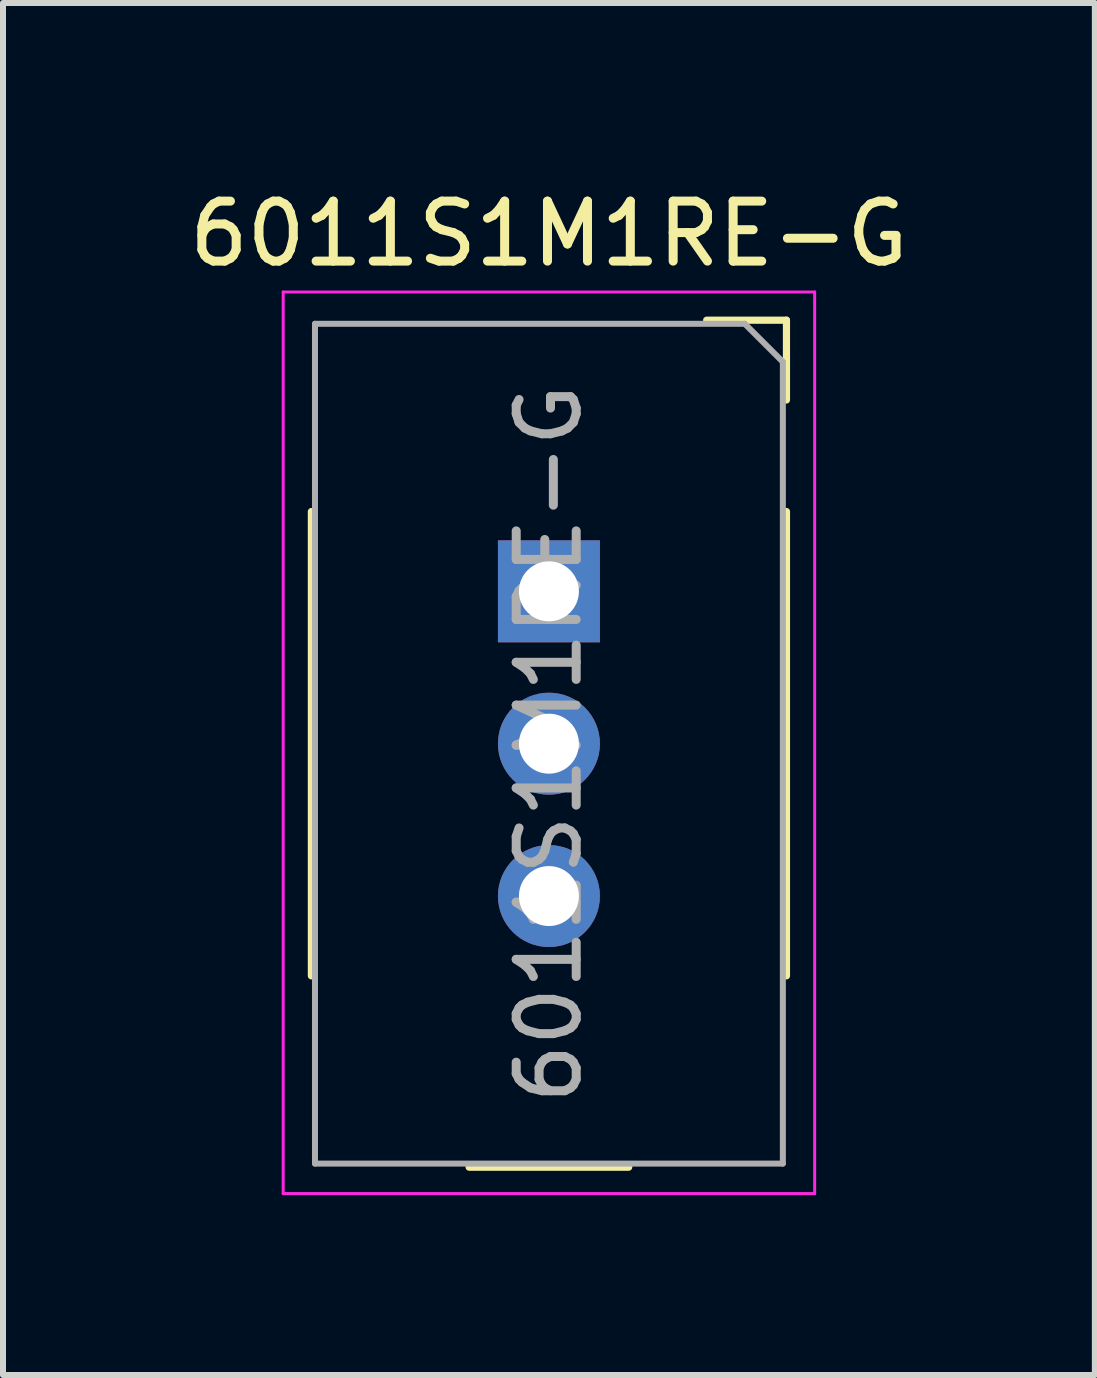
<source format=kicad_pcb>
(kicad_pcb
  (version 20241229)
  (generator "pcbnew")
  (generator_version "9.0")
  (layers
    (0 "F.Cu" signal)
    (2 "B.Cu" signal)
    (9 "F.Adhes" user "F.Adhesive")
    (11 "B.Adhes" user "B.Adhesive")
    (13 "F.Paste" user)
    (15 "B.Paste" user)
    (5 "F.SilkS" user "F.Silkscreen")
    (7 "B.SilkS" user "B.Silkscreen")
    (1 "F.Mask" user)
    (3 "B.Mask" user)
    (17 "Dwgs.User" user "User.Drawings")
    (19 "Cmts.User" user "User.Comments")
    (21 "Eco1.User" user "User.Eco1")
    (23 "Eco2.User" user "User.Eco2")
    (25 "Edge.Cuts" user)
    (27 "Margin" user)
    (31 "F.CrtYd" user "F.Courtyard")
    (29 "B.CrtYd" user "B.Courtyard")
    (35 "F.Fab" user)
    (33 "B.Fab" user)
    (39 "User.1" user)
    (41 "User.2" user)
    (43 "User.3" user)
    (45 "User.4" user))
  (footprint "6011S1M1RE-G"
    (layer "F.Cu")
    (at 6.101 6.808)
    (property "Reference" "6011S1M1RE-G" (at 0 -5.96 0) (layer "F.SilkS") (effects (font (size 1 1) (thickness 0.15))))
    (attr through_hole)
    (fp_line (start -3.96 -1.33) (end -3.96 6.41) (stroke (width 0.12) (type solid)) (layer "F.SilkS"))
    (fp_line (start -1.33 9.6) (end 1.33 9.6) (stroke (width 0.12) (type solid)) (layer "F.SilkS"))
    (fp_line (start 2.63 -4.52) (end 3.96 -4.52) (stroke (width 0.12) (type solid)) (layer "F.SilkS"))
    (fp_line (start 3.96 -4.52) (end 3.96 -3.19) (stroke (width 0.12) (type solid)) (layer "F.SilkS"))
    (fp_line (start 3.96 -1.33) (end 3.96 6.41) (stroke (width 0.12) (type solid)) (layer "F.SilkS"))
    (fp_line (start -4.43 -4.99) (end 4.43 -4.99) (stroke (width 0.05) (type solid)) (layer "F.CrtYd"))
    (fp_line (start -4.43 10.04) (end -4.43 -4.99) (stroke (width 0.05) (type solid)) (layer "F.CrtYd"))
    (fp_line (start 4.43 -4.99) (end 4.43 10.04) (stroke (width 0.05) (type solid)) (layer "F.CrtYd"))
    (fp_line (start 4.43 10.04) (end -4.43 10.04) (stroke (width 0.05) (type solid)) (layer "F.CrtYd"))
    (fp_line (start -3.9 -4.46) (end 3.265 -4.46) (stroke (width 0.1) (type solid)) (layer "F.Fab"))
    (fp_line (start -3.9 9.54) (end -3.9 -4.46) (stroke (width 0.1) (type solid)) (layer "F.Fab"))
    (fp_line (start 3.265 -4.46) (end 3.9 -3.825) (stroke (width 0.1) (type solid)) (layer "F.Fab"))
    (fp_line (start 3.9 -3.825) (end 3.9 9.54) (stroke (width 0.1) (type solid)) (layer "F.Fab"))
    (fp_line (start 3.9 9.54) (end -3.9 9.54) (stroke (width 0.1) (type solid)) (layer "F.Fab"))
    (fp_text user "${REFERENCE}" (at 0 2.54 270) (layer "F.Fab") (effects (font (size 1 1) (thickness 0.15))))
    (pad "1" thru_hole rect (at 0 0) (size 1.7 1.7) (drill 1) (layers "*.Cu" "*.Mask"))
    (pad "2" thru_hole oval (at 0 2.54) (size 1.7 1.7) (drill 1) (layers "*.Cu" "*.Mask"))
    (pad "3" thru_hole oval (at 0 5.08) (size 1.7 1.7) (drill 1) (layers "*.Cu" "*.Mask")))
  (gr_rect
    (start -3 -3)
    (end 15.202 19.873)
    (stroke (width 0.1) (type default))
    (fill no)
    (layer "Edge.Cuts")))
</source>
